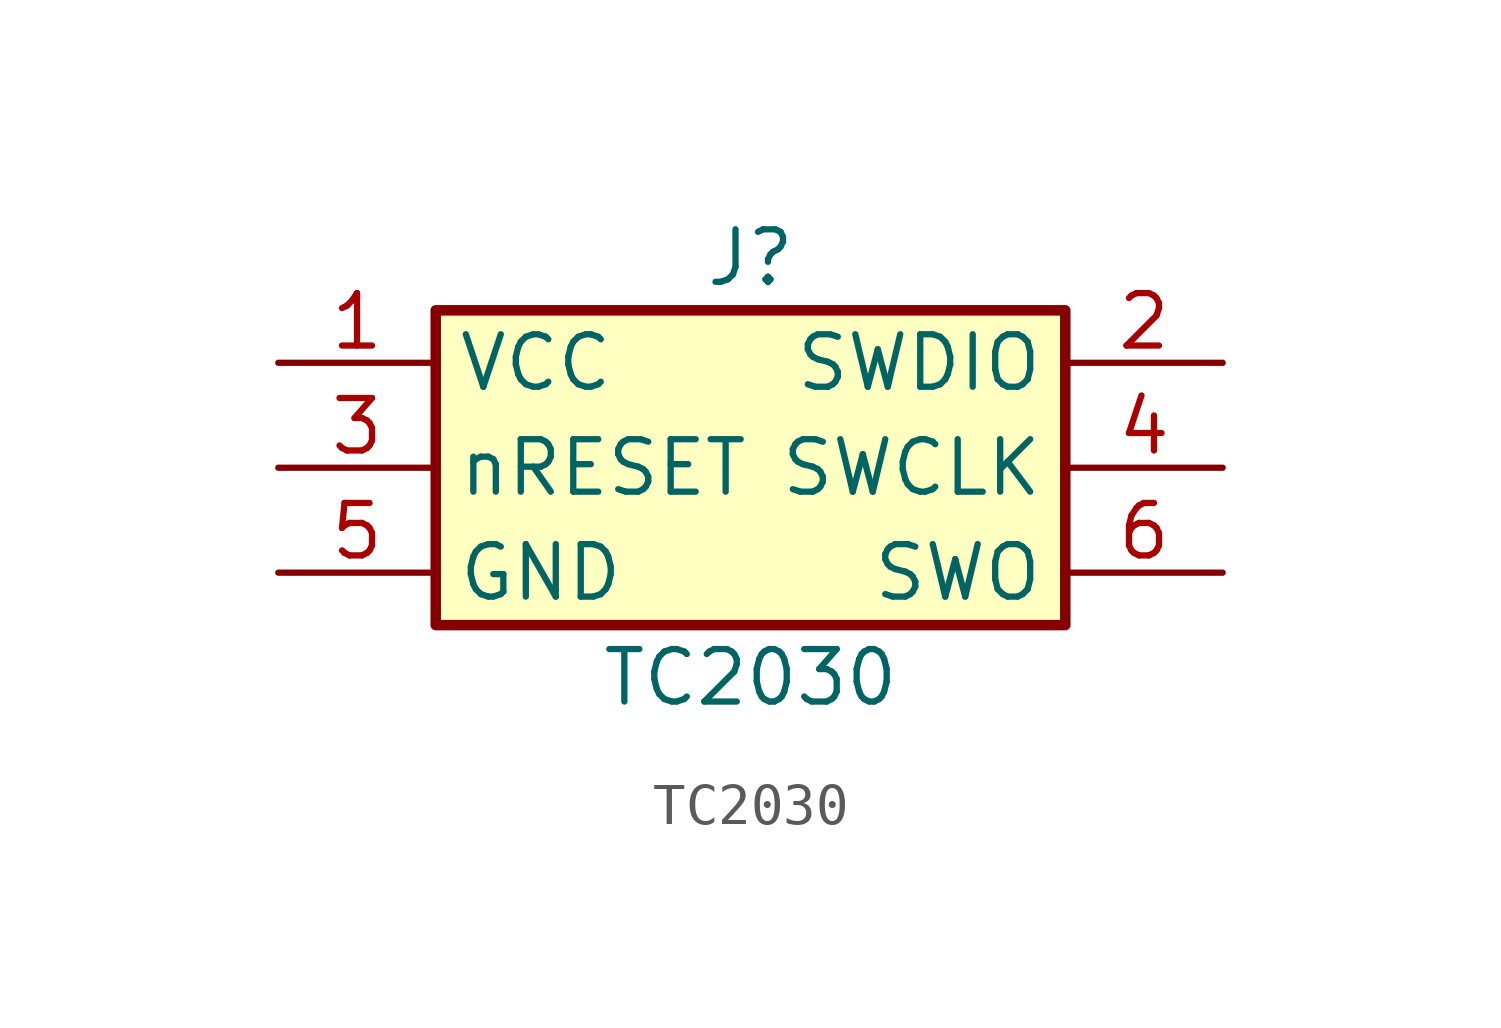
<source format=kicad_sym>
(kicad_symbol_lib
  (version 20211014)
  (generator kicad_symbol_editor)
  (symbol "TC2030"
    (property "Reference" "J"
      (at 0 5.08 0)
      (effects (font (size 1.27 1.27))))
    (property "Value" "TC2030"
      (at 0 -5.08 0)
      (effects (font (size 1.27 1.27))))
    (symbol "TC2030_1_1"
      (rectangle (start -7.62 3.81) (end 7.62 -3.81) (stroke (width 0.254) (type default) (color 0 0 0 0)) (fill (type background)))
      (pin passive line (at -11.43 2.54 0) (length 3.81) (name "VCC" (effects (font (size 1.27 1.27)))) (number "1" (effects (font (size 1.27 1.27)))))
      (pin passive line (at 11.43 2.54 180) (length 3.81) (name "SWDIO" (effects (font (size 1.27 1.27)))) (number "2" (effects (font (size 1.27 1.27)))))
      (pin passive line (at -11.43 0 0) (length 3.81) (name "nRESET" (effects (font (size 1.27 1.27)))) (number "3" (effects (font (size 1.27 1.27)))))
      (pin passive line (at 11.43 0 180) (length 3.81) (name "SWCLK" (effects (font (size 1.27 1.27)))) (number "4" (effects (font (size 1.27 1.27)))))
      (pin passive line (at -11.43 -2.54 0) (length 3.81) (name "GND" (effects (font (size 1.27 1.27)))) (number "5" (effects (font (size 1.27 1.27)))))
      (pin passive line (at 11.43 -2.54 180) (length 3.81) (name "SWO" (effects (font (size 1.27 1.27)))) (number "6" (effects (font (size 1.27 1.27))))))))
</source>
